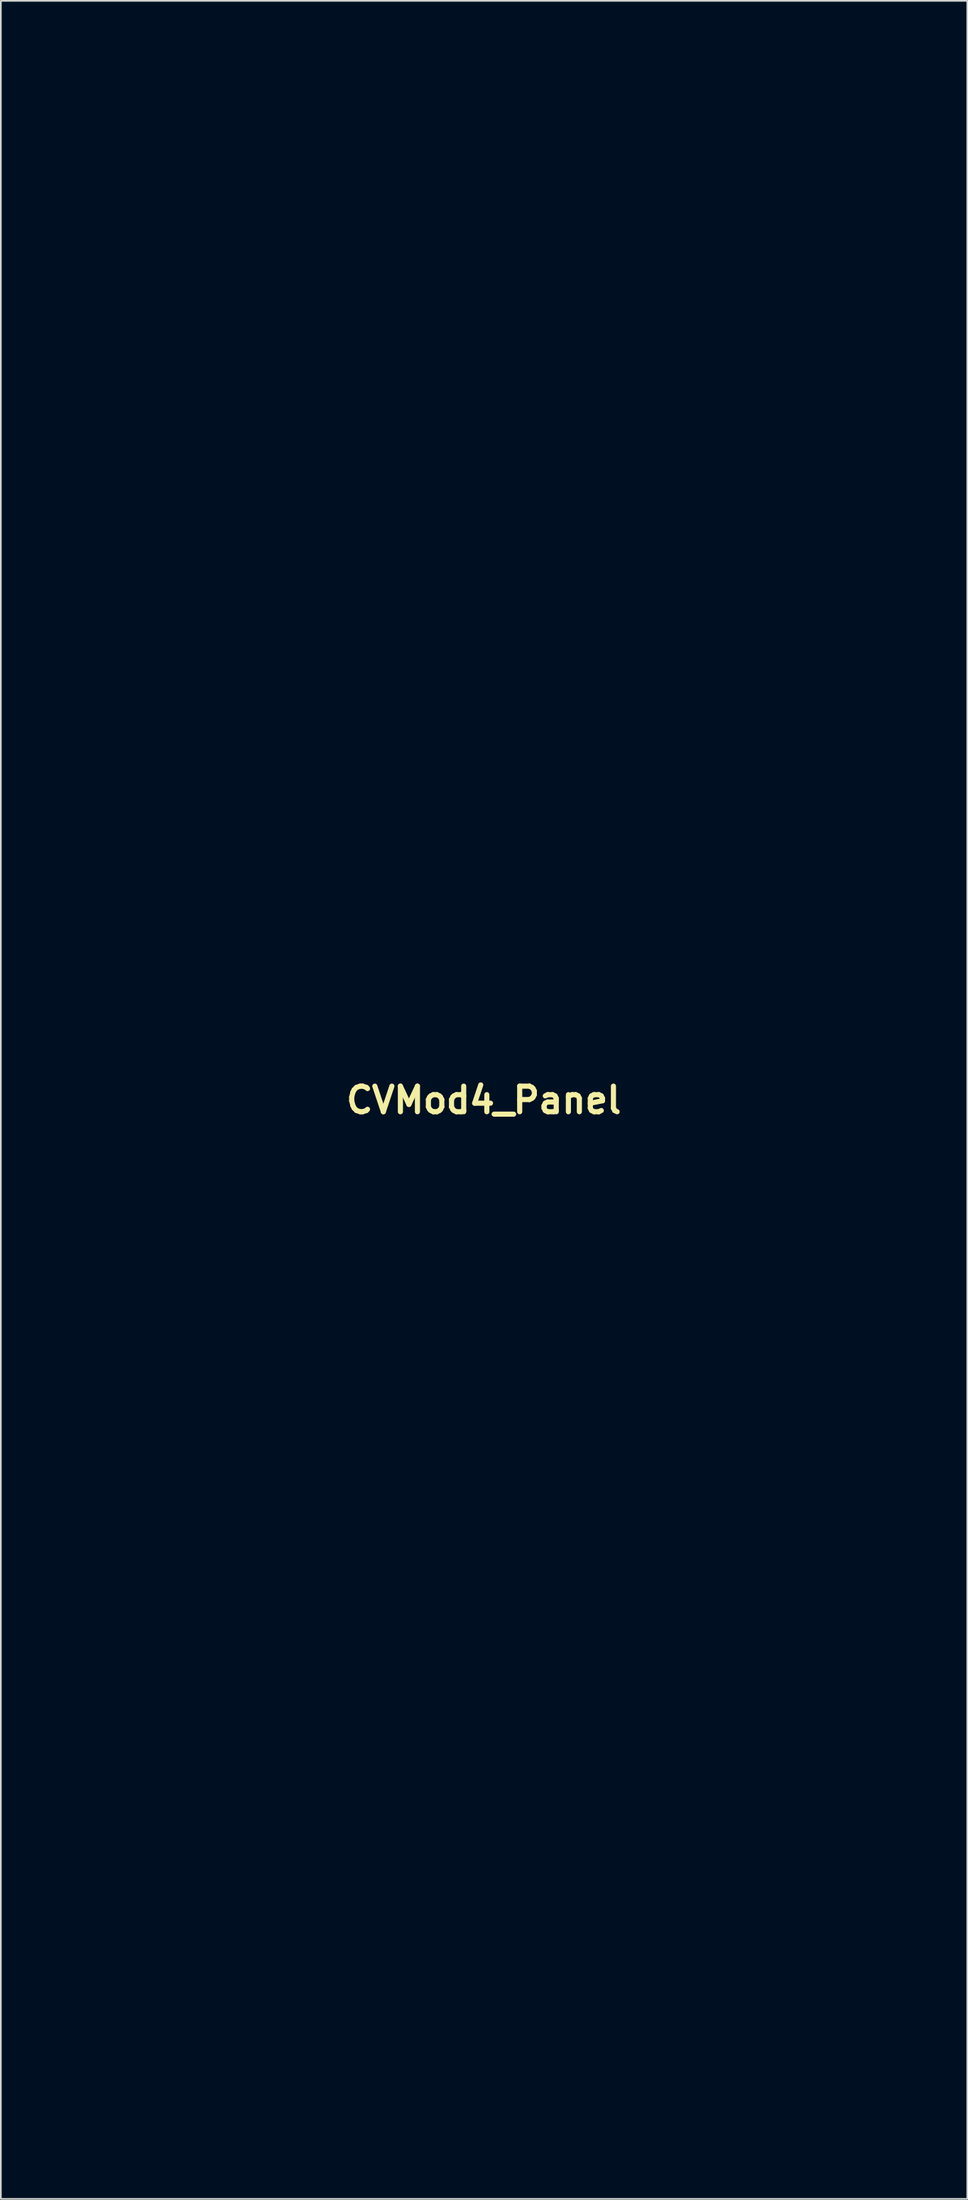
<source format=kicad_pcb>
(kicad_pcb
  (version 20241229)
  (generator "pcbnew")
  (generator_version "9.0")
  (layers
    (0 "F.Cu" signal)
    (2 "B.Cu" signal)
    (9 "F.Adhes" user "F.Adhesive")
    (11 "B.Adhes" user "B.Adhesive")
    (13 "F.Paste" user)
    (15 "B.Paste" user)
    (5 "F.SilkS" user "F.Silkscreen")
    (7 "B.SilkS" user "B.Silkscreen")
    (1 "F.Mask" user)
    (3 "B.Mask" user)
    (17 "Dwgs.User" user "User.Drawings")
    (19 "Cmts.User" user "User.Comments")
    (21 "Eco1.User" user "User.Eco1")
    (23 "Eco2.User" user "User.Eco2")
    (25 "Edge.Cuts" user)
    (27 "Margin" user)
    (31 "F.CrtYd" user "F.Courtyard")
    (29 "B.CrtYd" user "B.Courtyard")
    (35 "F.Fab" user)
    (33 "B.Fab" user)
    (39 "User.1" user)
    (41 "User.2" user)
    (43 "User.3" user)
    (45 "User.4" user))
  (footprint "CVMod4_Panel"
    (layer "F.Cu")
    (at 25.335 61.483)
    (property "Reference" "CVMod4_Panel" (at 0 0 0) (layer "F.SilkS") (effects (font (size 1.5 1.5) (thickness 0.3))))
    (attr board_only exclude_from_pos_files exclude_from_bom)
    (fp_poly (pts (xy -22.334 -4.228) (xy -22.334 -4.067) (xy -23.173 -4.067) (xy -24.012 -4.067) (xy -24.012 -4.228) (xy -24.012 -4.389) (xy -23.173 -4.389) (xy -22.334 -4.389)) (stroke (width 0) (type solid)) (fill yes) (layer "F.Mask"))
    (fp_poly (pts (xy -20.623 57.384) (xy -20.623 57.545) (xy -21.463 57.545) (xy -22.302 57.545) (xy -22.302 57.384) (xy -22.302 57.223) (xy -21.463 57.223) (xy -20.623 57.223)) (stroke (width 0) (type solid)) (fill yes) (layer "F.Mask"))
    (fp_poly (pts (xy -20.172 -61.257) (xy -20.172 -61.031) (xy -22.753 -61.031) (xy -25.335 -61.031) (xy -25.335 -61.257) (xy -25.335 -61.483) (xy -22.753 -61.483) (xy -20.172 -61.483)) (stroke (width 0) (type solid)) (fill yes) (layer "F.Mask"))
    (fp_poly (pts (xy -20.172 61.225) (xy -20.172 61.451) (xy -22.753 61.451) (xy -25.335 61.451) (xy -25.335 61.225) (xy -25.335 60.999) (xy -22.753 60.999) (xy -20.172 60.999)) (stroke (width 0) (type solid)) (fill yes) (layer "F.Mask"))
    (fp_poly (pts (xy -9.747 -4.228) (xy -9.747 -4.067) (xy -10.586 -4.067) (xy -11.425 -4.067) (xy -11.425 -4.228) (xy -11.425 -4.389) (xy -10.586 -4.389) (xy -9.747 -4.389)) (stroke (width 0) (type solid)) (fill yes) (layer "F.Mask"))
    (fp_poly (pts (xy -8.036 57.384) (xy -8.036 57.545) (xy -8.875 57.545) (xy -9.715 57.545) (xy -9.715 57.384) (xy -9.715 57.223) (xy -8.875 57.223) (xy -8.036 57.223)) (stroke (width 0) (type solid)) (fill yes) (layer "F.Mask"))
    (fp_poly (pts (xy -7.165 61.225) (xy -7.165 61.451) (xy -11.199 61.451) (xy -15.234 61.451) (xy -15.234 61.225) (xy -15.234 60.999) (xy -11.199 60.999) (xy -7.165 60.999)) (stroke (width 0) (type solid)) (fill yes) (layer "F.Mask"))
    (fp_poly (pts (xy 2.84 -4.228) (xy 2.84 -4.067) (xy 2.001 -4.067) (xy 1.162 -4.067) (xy 1.162 -4.228) (xy 1.162 -4.389) (xy 2.001 -4.389) (xy 2.84 -4.389)) (stroke (width 0) (type solid)) (fill yes) (layer "F.Mask"))
    (fp_poly (pts (xy 4.551 57.384) (xy 4.551 57.545) (xy 3.712 57.545) (xy 2.872 57.545) (xy 2.872 57.384) (xy 2.872 57.223) (xy 3.712 57.223) (xy 4.551 57.223)) (stroke (width 0) (type solid)) (fill yes) (layer "F.Mask"))
    (fp_poly (pts (xy 15.427 -61.257) (xy 15.427 -61.031) (xy 0.097 -61.031) (xy -15.234 -61.031) (xy -15.234 -61.257) (xy -15.234 -61.483) (xy 0.097 -61.483) (xy 15.427 -61.483)) (stroke (width 0) (type solid)) (fill yes) (layer "F.Mask"))
    (fp_poly (pts (xy 15.427 -4.228) (xy 15.427 -4.067) (xy 14.588 -4.067) (xy 13.749 -4.067) (xy 13.749 -4.228) (xy 13.749 -4.389) (xy 14.588 -4.389) (xy 15.427 -4.389)) (stroke (width 0) (type solid)) (fill yes) (layer "F.Mask"))
    (fp_poly (pts (xy 15.427 61.225) (xy 15.427 61.451) (xy 11.312 61.451) (xy 7.197 61.451) (xy 7.197 61.225) (xy 7.197 60.999) (xy 11.312 60.999) (xy 15.427 60.999)) (stroke (width 0) (type solid)) (fill yes) (layer "F.Mask"))
    (fp_poly (pts (xy 17.138 57.384) (xy 17.138 57.545) (xy 16.299 57.545) (xy 15.459 57.545) (xy 15.459 57.384) (xy 15.459 57.223) (xy 16.299 57.223) (xy 17.138 57.223)) (stroke (width 0) (type solid)) (fill yes) (layer "F.Mask"))
    (fp_poly (pts (xy 25.368 -61.257) (xy 25.368 -61.031) (xy 22.834 -61.031) (xy 20.301 -61.031) (xy 20.301 -61.257) (xy 20.301 -61.483) (xy 22.834 -61.483) (xy 25.368 -61.483)) (stroke (width 0) (type solid)) (fill yes) (layer "F.Mask"))
    (fp_poly (pts (xy 25.368 61.225) (xy 25.368 61.451) (xy 22.834 61.451) (xy 20.301 61.451) (xy 20.301 61.225) (xy 20.301 60.999) (xy 22.834 60.999) (xy 25.368 60.999)) (stroke (width 0) (type solid)) (fill yes) (layer "F.Mask"))
    (fp_poly (pts (xy -17.436 -25.618) (xy -17.268 -25.447) (xy -17.961 -24.754) (xy -18.655 -24.061) (xy -18.655 -22.907) (xy -18.655 -21.753) (xy -18.881 -21.753) (xy -19.106 -21.753) (xy -19.106 -23.02) (xy -19.106 -24.287) (xy -18.355 -25.038) (xy -17.604 -25.788)) (stroke (width 0) (type solid)) (fill yes) (layer "F.Mask"))
    (fp_poly (pts (xy -4.849 -25.618) (xy -4.681 -25.447) (xy -5.374 -24.754) (xy -6.068 -24.061) (xy -6.068 -22.907) (xy -6.068 -21.753) (xy -6.294 -21.753) (xy -6.519 -21.753) (xy -6.519 -23.02) (xy -6.519 -24.287) (xy -5.768 -25.038) (xy -5.017 -25.788)) (stroke (width 0) (type solid)) (fill yes) (layer "F.Mask"))
    (fp_poly (pts (xy 7.738 -25.618) (xy 7.907 -25.447) (xy 7.213 -24.754) (xy 6.519 -24.061) (xy 6.519 -22.907) (xy 6.519 -21.753) (xy 6.294 -21.753) (xy 6.068 -21.753) (xy 6.068 -23.02) (xy 6.068 -24.287) (xy 6.819 -25.038) (xy 7.57 -25.788)) (stroke (width 0) (type solid)) (fill yes) (layer "F.Mask"))
    (fp_poly (pts (xy -21.301 55.431) (xy -21.301 55.77) (xy -20.962 55.77) (xy -20.623 55.77) (xy -20.623 55.932) (xy -20.623 56.093) (xy -20.962 56.093) (xy -21.301 56.093) (xy -21.301 56.432) (xy -21.301 56.771) (xy -21.463 56.771) (xy -21.624 56.771) (xy -21.624 56.432) (xy -21.624 56.093) (xy -21.963 56.093) (xy -22.302 56.093) (xy -22.302 55.932) (xy -22.302 55.77) (xy -21.963 55.77) (xy -21.624 55.77) (xy -21.624 55.431) (xy -21.624 55.093) (xy -21.463 55.093) (xy -21.301 55.093)) (stroke (width 0) (type solid)) (fill yes) (layer "F.Mask"))
    (fp_poly (pts (xy -19.074 -1.485) (xy -19.074 -1.162) (xy -18.461 -1.162) (xy -17.848 -1.162) (xy -17.848 -1.485) (xy -17.848 -1.807) (xy -17.654 -1.807) (xy -17.46 -1.807) (xy -17.46 -0.968) (xy -17.46 -0.129) (xy -17.654 -0.129) (xy -17.848 -0.129) (xy -17.848 -0.5) (xy -17.848 -0.871) (xy -18.461 -0.871) (xy -19.074 -0.871) (xy -19.074 -0.5) (xy -19.074 -0.129) (xy -19.268 -0.129) (xy -19.462 -0.129) (xy -19.462 -0.968) (xy -19.462 -1.807) (xy -19.268 -1.807) (xy -19.074 -1.807)) (stroke (width 0) (type solid)) (fill yes) (layer "F.Mask"))
    (fp_poly (pts (xy -16.04 55.819) (xy -16.04 56.158) (xy -15.702 56.158) (xy -15.363 56.158) (xy -15.363 56.319) (xy -15.363 56.48) (xy -15.702 56.48) (xy -16.04 56.48) (xy -16.04 56.819) (xy -16.04 57.158) (xy -16.202 57.158) (xy -16.363 57.158) (xy -16.363 56.819) (xy -16.363 56.48) (xy -16.702 56.48) (xy -17.041 56.48) (xy -17.041 56.319) (xy -17.041 56.158) (xy -16.702 56.158) (xy -16.363 56.158) (xy -16.363 55.819) (xy -16.363 55.48) (xy -16.202 55.48) (xy -16.04 55.48)) (stroke (width 0) (type solid)) (fill yes) (layer "F.Mask"))
    (fp_poly (pts (xy -14.362 -4.728) (xy -14.362 -4.389) (xy -14.023 -4.389) (xy -13.684 -4.389) (xy -13.684 -4.228) (xy -13.684 -4.067) (xy -14.023 -4.067) (xy -14.362 -4.067) (xy -14.362 -3.728) (xy -14.362 -3.389) (xy -14.524 -3.389) (xy -14.685 -3.389) (xy -14.685 -3.728) (xy -14.685 -4.067) (xy -15.024 -4.067) (xy -15.363 -4.067) (xy -15.363 -4.228) (xy -15.363 -4.389) (xy -15.024 -4.389) (xy -14.685 -4.389) (xy -14.685 -4.728) (xy -14.685 -5.067) (xy -14.524 -5.067) (xy -14.362 -5.067)) (stroke (width 0) (type solid)) (fill yes) (layer "F.Mask"))
    (fp_poly (pts (xy -8.714 55.431) (xy -8.714 55.77) (xy -8.375 55.77) (xy -8.036 55.77) (xy -8.036 55.932) (xy -8.036 56.093) (xy -8.375 56.093) (xy -8.714 56.093) (xy -8.714 56.432) (xy -8.714 56.771) (xy -8.875 56.771) (xy -9.037 56.771) (xy -9.037 56.432) (xy -9.037 56.093) (xy -9.376 56.093) (xy -9.715 56.093) (xy -9.715 55.932) (xy -9.715 55.77) (xy -9.376 55.77) (xy -9.037 55.77) (xy -9.037 55.431) (xy -9.037 55.093) (xy -8.875 55.093) (xy -8.714 55.093)) (stroke (width 0) (type solid)) (fill yes) (layer "F.Mask"))
    (fp_poly (pts (xy -6.907 -1.485) (xy -6.907 -1.162) (xy -6.294 -1.162) (xy -5.68 -1.162) (xy -5.68 -1.485) (xy -5.68 -1.807) (xy -5.487 -1.807) (xy -5.293 -1.807) (xy -5.293 -0.968) (xy -5.293 -0.129) (xy -5.487 -0.129) (xy -5.68 -0.129) (xy -5.68 -0.5) (xy -5.68 -0.871) (xy -6.294 -0.871) (xy -6.907 -0.871) (xy -6.907 -0.5) (xy -6.907 -0.129) (xy -7.1 -0.129) (xy -7.294 -0.129) (xy -7.294 -0.968) (xy -7.294 -1.807) (xy -7.1 -1.807) (xy -6.907 -1.807)) (stroke (width 0) (type solid)) (fill yes) (layer "F.Mask"))
    (fp_poly (pts (xy -3.453 55.819) (xy -3.453 56.158) (xy -3.114 56.158) (xy -2.776 56.158) (xy -2.776 56.319) (xy -2.776 56.48) (xy -3.114 56.48) (xy -3.453 56.48) (xy -3.453 56.819) (xy -3.453 57.158) (xy -3.615 57.158) (xy -3.776 57.158) (xy -3.776 56.819) (xy -3.776 56.48) (xy -4.115 56.48) (xy -4.454 56.48) (xy -4.454 56.319) (xy -4.454 56.158) (xy -4.115 56.158) (xy -3.776 56.158) (xy -3.776 55.819) (xy -3.776 55.48) (xy -3.615 55.48) (xy -3.453 55.48)) (stroke (width 0) (type solid)) (fill yes) (layer "F.Mask"))
    (fp_poly (pts (xy -1.775 -4.728) (xy -1.775 -4.389) (xy -1.436 -4.389) (xy -1.097 -4.389) (xy -1.097 -4.228) (xy -1.097 -4.067) (xy -1.436 -4.067) (xy -1.775 -4.067) (xy -1.775 -3.728) (xy -1.775 -3.389) (xy -1.936 -3.389) (xy -2.098 -3.389) (xy -2.098 -3.728) (xy -2.098 -4.067) (xy -2.437 -4.067) (xy -2.776 -4.067) (xy -2.776 -4.228) (xy -2.776 -4.389) (xy -2.437 -4.389) (xy -2.098 -4.389) (xy -2.098 -4.728) (xy -2.098 -5.067) (xy -1.936 -5.067) (xy -1.775 -5.067)) (stroke (width 0) (type solid)) (fill yes) (layer "F.Mask"))
    (fp_poly (pts (xy 3.873 55.431) (xy 3.873 55.77) (xy 4.212 55.77) (xy 4.551 55.77) (xy 4.551 55.932) (xy 4.551 56.093) (xy 4.212 56.093) (xy 3.873 56.093) (xy 3.873 56.432) (xy 3.873 56.771) (xy 3.712 56.771) (xy 3.55 56.771) (xy 3.55 56.432) (xy 3.55 56.093) (xy 3.211 56.093) (xy 2.872 56.093) (xy 2.872 55.932) (xy 2.872 55.77) (xy 3.211 55.77) (xy 3.55 55.77) (xy 3.55 55.431) (xy 3.55 55.093) (xy 3.712 55.093) (xy 3.873 55.093)) (stroke (width 0) (type solid)) (fill yes) (layer "F.Mask"))
    (fp_poly (pts (xy 5.68 -1.485) (xy 5.68 -1.162) (xy 6.294 -1.162) (xy 6.907 -1.162) (xy 6.907 -1.485) (xy 6.907 -1.807) (xy 7.1 -1.807) (xy 7.294 -1.807) (xy 7.294 -0.968) (xy 7.294 -0.129) (xy 7.1 -0.129) (xy 6.907 -0.129) (xy 6.907 -0.5) (xy 6.907 -0.871) (xy 6.294 -0.871) (xy 5.68 -0.871) (xy 5.68 -0.5) (xy 5.68 -0.129) (xy 5.487 -0.129) (xy 5.293 -0.129) (xy 5.293 -0.968) (xy 5.293 -1.807) (xy 5.487 -1.807) (xy 5.68 -1.807)) (stroke (width 0) (type solid)) (fill yes) (layer "F.Mask"))
    (fp_poly (pts (xy 9.134 55.819) (xy 9.134 56.158) (xy 9.473 56.158) (xy 9.811 56.158) (xy 9.811 56.319) (xy 9.811 56.48) (xy 9.473 56.48) (xy 9.134 56.48) (xy 9.134 56.819) (xy 9.134 57.158) (xy 8.972 57.158) (xy 8.811 57.158) (xy 8.811 56.819) (xy 8.811 56.48) (xy 8.472 56.48) (xy 8.133 56.48) (xy 8.133 56.319) (xy 8.133 56.158) (xy 8.472 56.158) (xy 8.811 56.158) (xy 8.811 55.819) (xy 8.811 55.48) (xy 8.972 55.48) (xy 9.134 55.48)) (stroke (width 0) (type solid)) (fill yes) (layer "F.Mask"))
    (fp_poly (pts (xy 10.812 -4.728) (xy 10.812 -4.389) (xy 11.151 -4.389) (xy 11.49 -4.389) (xy 11.49 -4.228) (xy 11.49 -4.067) (xy 11.151 -4.067) (xy 10.812 -4.067) (xy 10.812 -3.728) (xy 10.812 -3.389) (xy 10.651 -3.389) (xy 10.489 -3.389) (xy 10.489 -3.728) (xy 10.489 -4.067) (xy 10.15 -4.067) (xy 9.811 -4.067) (xy 9.811 -4.228) (xy 9.811 -4.389) (xy 10.15 -4.389) (xy 10.489 -4.389) (xy 10.489 -4.728) (xy 10.489 -5.067) (xy 10.651 -5.067) (xy 10.812 -5.067)) (stroke (width 0) (type solid)) (fill yes) (layer "F.Mask"))
    (fp_poly (pts (xy 16.46 55.431) (xy 16.46 55.77) (xy 16.799 55.77) (xy 17.138 55.77) (xy 17.138 55.932) (xy 17.138 56.093) (xy 16.799 56.093) (xy 16.46 56.093) (xy 16.46 56.432) (xy 16.46 56.771) (xy 16.299 56.771) (xy 16.137 56.771) (xy 16.137 56.432) (xy 16.137 56.093) (xy 15.798 56.093) (xy 15.459 56.093) (xy 15.459 55.932) (xy 15.459 55.77) (xy 15.798 55.77) (xy 16.137 55.77) (xy 16.137 55.431) (xy 16.137 55.093) (xy 16.299 55.093) (xy 16.46 55.093)) (stroke (width 0) (type solid)) (fill yes) (layer "F.Mask"))
    (fp_poly (pts (xy 18.203 -1.485) (xy 18.203 -1.162) (xy 18.816 -1.162) (xy 19.429 -1.162) (xy 19.429 -1.485) (xy 19.429 -1.807) (xy 19.623 -1.807) (xy 19.817 -1.807) (xy 19.817 -0.968) (xy 19.817 -0.129) (xy 19.623 -0.129) (xy 19.429 -0.129) (xy 19.429 -0.5) (xy 19.429 -0.871) (xy 18.816 -0.871) (xy 18.203 -0.871) (xy 18.203 -0.5) (xy 18.203 -0.129) (xy 18.009 -0.129) (xy 17.816 -0.129) (xy 17.816 -0.968) (xy 17.816 -1.807) (xy 18.009 -1.807) (xy 18.203 -1.807)) (stroke (width 0) (type solid)) (fill yes) (layer "F.Mask"))
    (fp_poly (pts (xy 21.721 55.819) (xy 21.721 56.158) (xy 22.06 56.158) (xy 22.398 56.158) (xy 22.398 56.319) (xy 22.398 56.48) (xy 22.06 56.48) (xy 21.721 56.48) (xy 21.721 56.819) (xy 21.721 57.158) (xy 21.559 57.158) (xy 21.398 57.158) (xy 21.398 56.819) (xy 21.398 56.48) (xy 21.059 56.48) (xy 20.72 56.48) (xy 20.72 56.319) (xy 20.72 56.158) (xy 21.059 56.158) (xy 21.398 56.158) (xy 21.398 55.819) (xy 21.398 55.48) (xy 21.559 55.48) (xy 21.721 55.48)) (stroke (width 0) (type solid)) (fill yes) (layer "F.Mask"))
    (fp_poly (pts (xy 23.399 -4.728) (xy 23.399 -4.389) (xy 23.738 -4.389) (xy 24.077 -4.389) (xy 24.077 -4.228) (xy 24.077 -4.067) (xy 23.738 -4.067) (xy 23.399 -4.067) (xy 23.399 -3.728) (xy 23.399 -3.389) (xy 23.238 -3.389) (xy 23.076 -3.389) (xy 23.076 -3.728) (xy 23.076 -4.067) (xy 22.737 -4.067) (xy 22.398 -4.067) (xy 22.398 -4.228) (xy 22.398 -4.389) (xy 22.737 -4.389) (xy 23.076 -4.389) (xy 23.076 -4.728) (xy 23.076 -5.067) (xy 23.238 -5.067) (xy 23.399 -5.067)) (stroke (width 0) (type solid)) (fill yes) (layer "F.Mask"))
    (fp_poly (pts (xy -16.349 -1.776) (xy -16.343 -1.689) (xy -16.338 -1.555) (xy -16.334 -1.381) (xy -16.332 -1.177) (xy -16.331 -0.968) (xy -16.331 -0.129) (xy -16.508 -0.129) (xy -16.686 -0.129) (xy -16.686 -0.807) (xy -16.686 -1.485) (xy -16.863 -1.485) (xy -17.041 -1.485) (xy -17.041 -1.598) (xy -17.035 -1.672) (xy -17.02 -1.71) (xy -17.017 -1.711) (xy -16.976 -1.716) (xy -16.887 -1.729) (xy -16.765 -1.747) (xy -16.686 -1.759) (xy -16.551 -1.779) (xy -16.442 -1.795) (xy -16.371 -1.805) (xy -16.355 -1.807)) (stroke (width 0) (type solid)) (fill yes) (layer "F.Mask"))
    (fp_poly (pts (xy -4.642 -57.336) (xy -5.374 -55.997) (xy -5.6 -55.998) (xy -5.826 -55.999) (xy -6.512 -57.2) (xy -6.66 -57.459) (xy -6.802 -57.706) (xy -6.932 -57.934) (xy -7.047 -58.135) (xy -7.144 -58.303) (xy -7.219 -58.432) (xy -7.267 -58.515) (xy -7.28 -58.538) (xy -7.362 -58.675) (xy -6.997 -58.675) (xy -6.632 -58.674) (xy -6.103 -57.721) (xy -5.977 -57.497) (xy -5.86 -57.292) (xy -5.757 -57.115) (xy -5.67 -56.97) (xy -5.604 -56.865) (xy -5.562 -56.805) (xy -5.549 -56.794) (xy -5.529 -56.827) (xy -5.482 -56.911) (xy -5.413 -57.038) (xy -5.324 -57.202) (xy -5.221 -57.394) (xy -5.106 -57.609) (xy -5.033 -57.747) (xy -4.541 -58.675) (xy -4.225 -58.675) (xy -3.91 -58.675)) (stroke (width 0) (type solid)) (fill yes) (layer "F.Mask"))
    (fp_poly (pts (xy -18.122 -16.415) (xy -17.362 -15.466) (xy -17.371 -14.97) (xy -17.38 -14.475) (xy -18.119 -15.363) (xy -18.29 -15.567) (xy -18.448 -15.755) (xy -18.589 -15.921) (xy -18.707 -16.059) (xy -18.799 -16.163) (xy -18.858 -16.229) (xy -18.881 -16.25) (xy -18.907 -16.226) (xy -18.968 -16.158) (xy -19.061 -16.052) (xy -19.18 -15.914) (xy -19.32 -15.749) (xy -19.476 -15.563) (xy -19.589 -15.427) (xy -19.756 -15.227) (xy -19.912 -15.041) (xy -20.051 -14.874) (xy -20.169 -14.735) (xy -20.26 -14.628) (xy -20.318 -14.56) (xy -20.336 -14.541) (xy -20.359 -14.518) (xy -20.376 -14.514) (xy -20.387 -14.535) (xy -20.393 -14.589) (xy -20.396 -14.687) (xy -20.397 -14.834) (xy -20.397 -14.972) (xy -20.397 -15.466) (xy -19.64 -16.415) (xy -18.882 -17.364)) (stroke (width 0) (type solid)) (fill yes) (layer "F.Mask"))
    (fp_poly (pts (xy -5.535 -16.415) (xy -4.775 -15.466) (xy -4.784 -14.97) (xy -4.793 -14.475) (xy -5.532 -15.363) (xy -5.703 -15.567) (xy -5.861 -15.755) (xy -6.002 -15.921) (xy -6.12 -16.059) (xy -6.212 -16.163) (xy -6.271 -16.229) (xy -6.294 -16.25) (xy -6.319 -16.226) (xy -6.381 -16.158) (xy -6.474 -16.052) (xy -6.593 -15.914) (xy -6.733 -15.749) (xy -6.889 -15.563) (xy -7.002 -15.427) (xy -7.169 -15.227) (xy -7.325 -15.041) (xy -7.464 -14.874) (xy -7.582 -14.735) (xy -7.673 -14.628) (xy -7.731 -14.56) (xy -7.749 -14.541) (xy -7.772 -14.518) (xy -7.789 -14.514) (xy -7.8 -14.535) (xy -7.806 -14.589) (xy -7.809 -14.687) (xy -7.81 -14.834) (xy -7.81 -14.972) (xy -7.81 -15.466) (xy -7.052 -16.415) (xy -6.295 -17.364)) (stroke (width 0) (type solid)) (fill yes) (layer "F.Mask"))
    (fp_poly (pts (xy 7.052 -16.415) (xy 7.812 -15.466) (xy 7.803 -14.97) (xy 7.794 -14.475) (xy 7.055 -15.363) (xy 6.885 -15.567) (xy 6.726 -15.755) (xy 6.585 -15.921) (xy 6.467 -16.059) (xy 6.375 -16.163) (xy 6.316 -16.229) (xy 6.293 -16.25) (xy 6.268 -16.226) (xy 6.206 -16.158) (xy 6.113 -16.052) (xy 5.994 -15.914) (xy 5.854 -15.749) (xy 5.698 -15.563) (xy 5.585 -15.427) (xy 5.418 -15.227) (xy 5.262 -15.041) (xy 5.123 -14.874) (xy 5.005 -14.735) (xy 4.914 -14.628) (xy 4.856 -14.56) (xy 4.839 -14.541) (xy 4.815 -14.518) (xy 4.798 -14.514) (xy 4.787 -14.535) (xy 4.781 -14.589) (xy 4.778 -14.687) (xy 4.777 -14.834) (xy 4.777 -14.972) (xy 4.777 -15.466) (xy 5.535 -16.415) (xy 6.292 -17.364)) (stroke (width 0) (type solid)) (fill yes) (layer "F.Mask"))
    (fp_poly (pts (xy 19.672 -16.415) (xy 20.431 -15.466) (xy 20.423 -14.97) (xy 20.414 -14.475) (xy 19.675 -15.363) (xy 19.504 -15.567) (xy 19.346 -15.755) (xy 19.205 -15.921) (xy 19.086 -16.059) (xy 18.995 -16.163) (xy 18.935 -16.229) (xy 18.912 -16.25) (xy 18.887 -16.226) (xy 18.825 -16.158) (xy 18.732 -16.052) (xy 18.614 -15.914) (xy 18.474 -15.749) (xy 18.317 -15.563) (xy 18.204 -15.427) (xy 18.038 -15.227) (xy 17.882 -15.041) (xy 17.742 -14.874) (xy 17.625 -14.735) (xy 17.534 -14.628) (xy 17.475 -14.56) (xy 17.458 -14.541) (xy 17.434 -14.518) (xy 17.418 -14.514) (xy 17.407 -14.535) (xy 17.4 -14.589) (xy 17.397 -14.687) (xy 17.396 -14.834) (xy 17.396 -14.972) (xy 17.396 -15.466) (xy 18.154 -16.415) (xy 18.912 -17.364)) (stroke (width 0) (type solid)) (fill yes) (layer "F.Mask"))
    (fp_poly (pts (xy 9.65 -57.852) (xy 9.65 -57.029) (xy 9.973 -57.029) (xy 10.296 -57.029) (xy 10.296 -56.803) (xy 10.296 -56.577) (xy 9.973 -56.577) (xy 9.65 -56.577) (xy 9.65 -56.271) (xy 9.65 -55.964) (xy 9.36 -55.964) (xy 9.069 -55.964) (xy 9.069 -56.271) (xy 9.069 -56.577) (xy 8.069 -56.577) (xy 7.068 -56.577) (xy 7.07 -56.811) (xy 7.071 -57.029) (xy 7.647 -57.029) (xy 8.358 -57.029) (xy 9.069 -57.029) (xy 9.069 -57.613) (xy 9.069 -58.196) (xy 8.819 -57.99) (xy 8.694 -57.888) (xy 8.539 -57.761) (xy 8.373 -57.625) (xy 8.215 -57.498) (xy 8.214 -57.497) (xy 8.075 -57.384) (xy 7.945 -57.278) (xy 7.837 -57.189) (xy 7.763 -57.128) (xy 7.753 -57.119) (xy 7.647 -57.029) (xy 7.071 -57.029) (xy 7.071 -57.045) (xy 8.062 -57.86) (xy 9.053 -58.674) (xy 9.352 -58.675) (xy 9.65 -58.675)) (stroke (width 0) (type solid)) (fill yes) (layer "F.Mask"))
    (fp_poly (pts (xy 21.721 -1.275) (xy 21.721 -0.742) (xy 21.93 -0.742) (xy 22.14 -0.742) (xy 22.14 -0.613) (xy 22.14 -0.484) (xy 21.93 -0.484) (xy 21.721 -0.484) (xy 21.721 -0.29) (xy 21.721 -0.097) (xy 21.543 -0.097) (xy 21.366 -0.097) (xy 21.366 -0.29) (xy 21.366 -0.484) (xy 20.736 -0.484) (xy 20.107 -0.484) (xy 20.107 -0.613) (xy 20.108 -0.654) (xy 20.116 -0.69) (xy 20.135 -0.729) (xy 20.155 -0.755) (xy 20.494 -0.755) (xy 20.525 -0.75) (xy 20.608 -0.747) (xy 20.732 -0.744) (xy 20.885 -0.742) (xy 20.93 -0.742) (xy 21.366 -0.742) (xy 21.366 -1.118) (xy 21.365 -1.278) (xy 21.362 -1.383) (xy 21.356 -1.441) (xy 21.344 -1.463) (xy 21.325 -1.458) (xy 21.309 -1.446) (xy 21.265 -1.409) (xy 21.182 -1.34) (xy 21.069 -1.246) (xy 20.938 -1.137) (xy 20.874 -1.083) (xy 20.742 -0.973) (xy 20.631 -0.879) (xy 20.548 -0.806) (xy 20.501 -0.763) (xy 20.494 -0.755) (xy 20.155 -0.755) (xy 20.172 -0.777) (xy 20.231 -0.838) (xy 20.32 -0.92) (xy 20.443 -1.028) (xy 20.605 -1.169) (xy 20.728 -1.274) (xy 21.35 -1.806) (xy 21.535 -1.807) (xy 21.721 -1.807)) (stroke (width 0) (type solid)) (fill yes) (layer "F.Mask"))
    (fp_poly (pts (xy -2.357 -57.871) (xy -1.733 -57.068) (xy -1.615 -57.218) (xy -1.563 -57.286) (xy -1.478 -57.396) (xy -1.369 -57.54) (xy -1.242 -57.707) (xy -1.105 -57.89) (xy -1.006 -58.021) (xy -0.515 -58.675) (xy -0.258 -58.675) (xy 0 -58.675) (xy 0 -57.336) (xy 0 -55.996) (xy -0.29 -55.996) (xy -0.581 -55.996) (xy -0.581 -56.919) (xy -0.581 -57.842) (xy -0.702 -57.665) (xy -0.758 -57.586) (xy -0.844 -57.466) (xy -0.954 -57.316) (xy -1.08 -57.145) (xy -1.214 -56.965) (xy -1.259 -56.905) (xy -1.41 -56.704) (xy -1.529 -56.552) (xy -1.619 -56.442) (xy -1.687 -56.371) (xy -1.735 -56.332) (xy -1.767 -56.32) (xy -1.797 -56.33) (xy -1.839 -56.364) (xy -1.9 -56.426) (xy -1.981 -56.522) (xy -2.087 -56.657) (xy -2.224 -56.834) (xy -2.38 -57.042) (xy -2.522 -57.232) (xy -2.653 -57.408) (xy -2.766 -57.562) (xy -2.858 -57.686) (xy -2.921 -57.773) (xy -2.952 -57.817) (xy -2.953 -57.819) (xy -2.963 -57.809) (xy -2.971 -57.738) (xy -2.976 -57.607) (xy -2.978 -57.413) (xy -2.977 -57.157) (xy -2.976 -56.935) (xy -2.966 -55.996) (xy -3.226 -55.996) (xy -3.486 -55.996) (xy -3.486 -57.336) (xy -3.486 -58.675) (xy -3.233 -58.675) (xy -2.981 -58.675)) (stroke (width 0) (type solid)) (fill yes) (layer "F.Mask"))
    (fp_poly (pts (xy 4.801 -58.184) (xy 5.077 -58.181) (xy 5.296 -58.177) (xy 5.468 -58.173) (xy 5.6 -58.167) (xy 5.7 -58.16) (xy 5.777 -58.15) (xy 5.839 -58.136) (xy 5.895 -58.119) (xy 5.948 -58.099) (xy 6.186 -57.978) (xy 6.369 -57.827) (xy 6.498 -57.642) (xy 6.578 -57.418) (xy 6.61 -57.178) (xy 6.607 -56.926) (xy 6.567 -56.717) (xy 6.486 -56.537) (xy 6.387 -56.403) (xy 6.286 -56.299) (xy 6.178 -56.214) (xy 6.057 -56.146) (xy 5.915 -56.093) (xy 5.744 -56.053) (xy 5.537 -56.026) (xy 5.288 -56.008) (xy 4.988 -55.999) (xy 4.672 -55.997) (xy 3.841 -55.996) (xy 3.841 -57.096) (xy 3.841 -57.097) (xy 4.389 -57.097) (xy 4.389 -56.416) (xy 4.817 -56.416) (xy 5 -56.419) (xy 5.181 -56.426) (xy 5.34 -56.437) (xy 5.454 -56.45) (xy 5.68 -56.507) (xy 5.852 -56.598) (xy 5.972 -56.724) (xy 6.043 -56.89) (xy 6.068 -57.097) (xy 6.068 -57.11) (xy 6.046 -57.319) (xy 5.978 -57.485) (xy 5.862 -57.612) (xy 5.761 -57.674) (xy 5.7 -57.703) (xy 5.642 -57.724) (xy 5.574 -57.739) (xy 5.486 -57.75) (xy 5.367 -57.757) (xy 5.205 -57.762) (xy 4.994 -57.766) (xy 4.389 -57.777) (xy 4.389 -57.097) (xy 3.841 -57.097) (xy 3.841 -58.195)) (stroke (width 0) (type solid)) (fill yes) (layer "F.Mask"))
    (fp_poly (pts (xy -20.461 -1.805) (xy -20.256 -1.801) (xy -20.105 -1.793) (xy -20.004 -1.782) (xy -19.947 -1.766) (xy -19.946 -1.766) (xy -19.871 -1.695) (xy -19.816 -1.577) (xy -19.788 -1.429) (xy -19.786 -1.382) (xy -19.788 -1.315) (xy -19.806 -1.272) (xy -19.853 -1.245) (xy -19.94 -1.225) (xy -20.051 -1.208) (xy -20.204 -1.187) (xy -20.204 -1.352) (xy -20.204 -1.517) (xy -20.72 -1.517) (xy -21.237 -1.517) (xy -21.237 -0.984) (xy -21.237 -0.452) (xy -20.72 -0.452) (xy -20.204 -0.452) (xy -20.204 -0.632) (xy -20.204 -0.813) (xy -20.067 -0.79) (xy -19.931 -0.763) (xy -19.847 -0.735) (xy -19.803 -0.693) (xy -19.787 -0.631) (xy -19.786 -0.574) (xy -19.804 -0.407) (xy -19.851 -0.273) (xy -19.922 -0.186) (xy -19.946 -0.171) (xy -20 -0.155) (xy -20.1 -0.144) (xy -20.248 -0.136) (xy -20.451 -0.131) (xy -20.713 -0.13) (xy -20.726 -0.13) (xy -20.956 -0.13) (xy -21.131 -0.131) (xy -21.258 -0.134) (xy -21.349 -0.139) (xy -21.411 -0.149) (xy -21.454 -0.162) (xy -21.486 -0.182) (xy -21.517 -0.207) (xy -21.608 -0.285) (xy -21.608 -0.968) (xy -21.608 -1.652) (xy -21.517 -1.729) (xy -21.486 -1.755) (xy -21.453 -1.774) (xy -21.41 -1.788) (xy -21.348 -1.797) (xy -21.257 -1.803) (xy -21.129 -1.806) (xy -20.954 -1.807) (xy -20.726 -1.807)) (stroke (width 0) (type solid)) (fill yes) (layer "F.Mask"))
    (fp_poly (pts (xy -8.294 -1.805) (xy -8.089 -1.801) (xy -7.938 -1.793) (xy -7.836 -1.782) (xy -7.78 -1.766) (xy -7.778 -1.766) (xy -7.703 -1.695) (xy -7.649 -1.577) (xy -7.621 -1.429) (xy -7.619 -1.382) (xy -7.621 -1.315) (xy -7.639 -1.272) (xy -7.685 -1.245) (xy -7.773 -1.225) (xy -7.883 -1.208) (xy -8.036 -1.187) (xy -8.036 -1.352) (xy -8.036 -1.517) (xy -8.553 -1.517) (xy -9.069 -1.517) (xy -9.069 -0.984) (xy -9.069 -0.452) (xy -8.553 -0.452) (xy -8.036 -0.452) (xy -8.036 -0.632) (xy -8.036 -0.813) (xy -7.899 -0.79) (xy -7.763 -0.763) (xy -7.68 -0.735) (xy -7.636 -0.693) (xy -7.62 -0.631) (xy -7.619 -0.574) (xy -7.637 -0.407) (xy -7.684 -0.273) (xy -7.754 -0.186) (xy -7.778 -0.171) (xy -7.833 -0.155) (xy -7.932 -0.144) (xy -8.081 -0.136) (xy -8.284 -0.131) (xy -8.546 -0.13) (xy -8.559 -0.13) (xy -8.789 -0.13) (xy -8.963 -0.131) (xy -9.091 -0.134) (xy -9.181 -0.139) (xy -9.243 -0.149) (xy -9.286 -0.162) (xy -9.319 -0.182) (xy -9.35 -0.207) (xy -9.44 -0.285) (xy -9.44 -0.968) (xy -9.44 -1.652) (xy -9.35 -1.729) (xy -9.318 -1.755) (xy -9.286 -1.774) (xy -9.243 -1.788) (xy -9.181 -1.797) (xy -9.09 -1.803) (xy -8.962 -1.806) (xy -8.787 -1.807) (xy -8.559 -1.807)) (stroke (width 0) (type solid)) (fill yes) (layer "F.Mask"))
    (fp_poly (pts (xy 4.293 -1.805) (xy 4.499 -1.801) (xy 4.649 -1.793) (xy 4.751 -1.782) (xy 4.807 -1.766) (xy 4.809 -1.766) (xy 4.884 -1.695) (xy 4.938 -1.577) (xy 4.966 -1.429) (xy 4.968 -1.382) (xy 4.966 -1.315) (xy 4.948 -1.272) (xy 4.902 -1.245) (xy 4.814 -1.225) (xy 4.704 -1.208) (xy 4.551 -1.187) (xy 4.551 -1.352) (xy 4.551 -1.517) (xy 4.034 -1.517) (xy 3.518 -1.517) (xy 3.518 -0.984) (xy 3.518 -0.452) (xy 4.034 -0.452) (xy 4.551 -0.452) (xy 4.551 -0.632) (xy 4.551 -0.813) (xy 4.688 -0.79) (xy 4.824 -0.763) (xy 4.907 -0.735) (xy 4.951 -0.693) (xy 4.967 -0.631) (xy 4.968 -0.574) (xy 4.95 -0.407) (xy 4.903 -0.273) (xy 4.833 -0.186) (xy 4.809 -0.171) (xy 4.754 -0.155) (xy 4.655 -0.144) (xy 4.506 -0.136) (xy 4.304 -0.131) (xy 4.041 -0.13) (xy 4.028 -0.13) (xy 3.798 -0.13) (xy 3.624 -0.131) (xy 3.496 -0.134) (xy 3.406 -0.139) (xy 3.344 -0.149) (xy 3.301 -0.162) (xy 3.268 -0.182) (xy 3.237 -0.207) (xy 3.147 -0.285) (xy 3.147 -0.968) (xy 3.147 -1.652) (xy 3.237 -1.729) (xy 3.269 -1.755) (xy 3.301 -1.774) (xy 3.344 -1.788) (xy 3.406 -1.797) (xy 3.497 -1.803) (xy 3.625 -1.806) (xy 3.8 -1.807) (xy 4.028 -1.807)) (stroke (width 0) (type solid)) (fill yes) (layer "F.Mask"))
    (fp_poly (pts (xy 16.816 -1.805) (xy 17.021 -1.801) (xy 17.172 -1.793) (xy 17.273 -1.782) (xy 17.33 -1.766) (xy 17.331 -1.766) (xy 17.406 -1.695) (xy 17.461 -1.577) (xy 17.489 -1.429) (xy 17.491 -1.382) (xy 17.489 -1.315) (xy 17.471 -1.272) (xy 17.424 -1.245) (xy 17.337 -1.225) (xy 17.226 -1.208) (xy 17.073 -1.187) (xy 17.073 -1.352) (xy 17.073 -1.517) (xy 16.557 -1.517) (xy 16.04 -1.517) (xy 16.04 -0.984) (xy 16.04 -0.452) (xy 16.557 -0.452) (xy 17.073 -0.452) (xy 17.073 -0.632) (xy 17.073 -0.813) (xy 17.21 -0.79) (xy 17.346 -0.763) (xy 17.43 -0.735) (xy 17.474 -0.693) (xy 17.49 -0.631) (xy 17.491 -0.574) (xy 17.473 -0.407) (xy 17.426 -0.273) (xy 17.355 -0.186) (xy 17.331 -0.171) (xy 17.277 -0.155) (xy 17.177 -0.144) (xy 17.029 -0.136) (xy 16.826 -0.131) (xy 16.564 -0.13) (xy 16.551 -0.13) (xy 16.321 -0.13) (xy 16.146 -0.131) (xy 16.019 -0.134) (xy 15.928 -0.139) (xy 15.866 -0.149) (xy 15.823 -0.162) (xy 15.791 -0.182) (xy 15.76 -0.207) (xy 15.669 -0.285) (xy 15.669 -0.968) (xy 15.669 -1.652) (xy 15.76 -1.729) (xy 15.791 -1.755) (xy 15.824 -1.774) (xy 15.867 -1.788) (xy 15.929 -1.797) (xy 16.02 -1.803) (xy 16.148 -1.806) (xy 16.323 -1.807) (xy 16.551 -1.807)) (stroke (width 0) (type solid)) (fill yes) (layer "F.Mask"))
    (fp_poly (pts (xy -13.272 -42.207) (xy -13.103 -42.038) (xy -14.079 -41.061) (xy -14.32 -40.82) (xy -14.519 -40.62) (xy -14.677 -40.457) (xy -14.799 -40.33) (xy -14.888 -40.233) (xy -14.947 -40.164) (xy -14.979 -40.119) (xy -14.988 -40.094) (xy -14.977 -40.085) (xy -14.975 -40.085) (xy -14.917 -40.089) (xy -14.807 -40.099) (xy -14.659 -40.114) (xy -14.484 -40.133) (xy -14.362 -40.147) (xy -14.185 -40.167) (xy -14.032 -40.183) (xy -13.913 -40.195) (xy -13.841 -40.201) (xy -13.823 -40.201) (xy -13.841 -40.177) (xy -13.897 -40.117) (xy -13.98 -40.031) (xy -14.069 -39.942) (xy -14.323 -39.69) (xy -15.141 -39.598) (xy -15.363 -39.573) (xy -15.563 -39.55) (xy -15.732 -39.531) (xy -15.861 -39.516) (xy -15.943 -39.507) (xy -15.968 -39.505) (xy -15.975 -39.512) (xy -15.972 -39.545) (xy -15.962 -39.633) (xy -15.946 -39.769) (xy -15.927 -39.942) (xy -15.904 -40.146) (xy -15.882 -40.339) (xy -15.79 -41.157) (xy -15.537 -41.411) (xy -15.436 -41.512) (xy -15.352 -41.592) (xy -15.296 -41.643) (xy -15.277 -41.656) (xy -15.278 -41.623) (xy -15.285 -41.536) (xy -15.299 -41.407) (xy -15.317 -41.247) (xy -15.332 -41.116) (xy -15.353 -40.932) (xy -15.371 -40.766) (xy -15.385 -40.63) (xy -15.393 -40.536) (xy -15.395 -40.505) (xy -15.388 -40.492) (xy -15.365 -40.498) (xy -15.322 -40.528) (xy -15.255 -40.584) (xy -15.162 -40.669) (xy -15.038 -40.787) (xy -14.88 -40.941) (xy -14.685 -41.135) (xy -14.448 -41.37) (xy -14.418 -41.4) (xy -13.442 -42.377)) (stroke (width 0) (type solid)) (fill yes) (layer "F.Mask"))
    (fp_poly (pts (xy -0.685 -42.207) (xy -0.516 -42.038) (xy -1.492 -41.061) (xy -1.733 -40.82) (xy -1.932 -40.62) (xy -2.09 -40.457) (xy -2.212 -40.33) (xy -2.301 -40.233) (xy -2.36 -40.164) (xy -2.392 -40.119) (xy -2.401 -40.094) (xy -2.39 -40.085) (xy -2.388 -40.085) (xy -2.33 -40.089) (xy -2.22 -40.099) (xy -2.071 -40.114) (xy -1.897 -40.133) (xy -1.775 -40.147) (xy -1.598 -40.167) (xy -1.445 -40.183) (xy -1.326 -40.195) (xy -1.254 -40.201) (xy -1.235 -40.201) (xy -1.254 -40.177) (xy -1.31 -40.117) (xy -1.393 -40.031) (xy -1.482 -39.942) (xy -1.736 -39.69) (xy -2.554 -39.598) (xy -2.776 -39.573) (xy -2.976 -39.55) (xy -3.145 -39.531) (xy -3.274 -39.516) (xy -3.356 -39.507) (xy -3.381 -39.505) (xy -3.388 -39.512) (xy -3.385 -39.545) (xy -3.375 -39.633) (xy -3.359 -39.769) (xy -3.34 -39.942) (xy -3.317 -40.146) (xy -3.295 -40.339) (xy -3.203 -41.157) (xy -2.95 -41.411) (xy -2.849 -41.512) (xy -2.765 -41.592) (xy -2.709 -41.643) (xy -2.69 -41.656) (xy -2.691 -41.623) (xy -2.698 -41.536) (xy -2.712 -41.407) (xy -2.729 -41.247) (xy -2.745 -41.116) (xy -2.766 -40.932) (xy -2.784 -40.766) (xy -2.798 -40.63) (xy -2.806 -40.536) (xy -2.808 -40.505) (xy -2.801 -40.492) (xy -2.778 -40.498) (xy -2.735 -40.528) (xy -2.668 -40.584) (xy -2.575 -40.669) (xy -2.451 -40.787) (xy -2.293 -40.941) (xy -2.098 -41.135) (xy -1.861 -41.37) (xy -1.831 -41.4) (xy -0.855 -42.377)) (stroke (width 0) (type solid)) (fill yes) (layer "F.Mask"))
    (fp_poly (pts (xy 11.934 -42.207) (xy 12.103 -42.038) (xy 11.127 -41.061) (xy 10.886 -40.82) (xy 10.688 -40.62) (xy 10.529 -40.457) (xy 10.407 -40.33) (xy 10.318 -40.233) (xy 10.259 -40.164) (xy 10.227 -40.119) (xy 10.218 -40.094) (xy 10.229 -40.085) (xy 10.231 -40.085) (xy 10.29 -40.089) (xy 10.399 -40.099) (xy 10.548 -40.114) (xy 10.722 -40.133) (xy 10.844 -40.147) (xy 11.022 -40.167) (xy 11.175 -40.183) (xy 11.293 -40.195) (xy 11.366 -40.201) (xy 11.384 -40.201) (xy 11.365 -40.177) (xy 11.31 -40.117) (xy 11.226 -40.031) (xy 11.137 -39.942) (xy 10.884 -39.69) (xy 10.065 -39.598) (xy 9.843 -39.573) (xy 9.643 -39.55) (xy 9.474 -39.531) (xy 9.345 -39.516) (xy 9.264 -39.507) (xy 9.239 -39.505) (xy 9.231 -39.512) (xy 9.235 -39.545) (xy 9.245 -39.633) (xy 9.26 -39.769) (xy 9.28 -39.942) (xy 9.302 -40.146) (xy 9.324 -40.339) (xy 9.417 -41.157) (xy 9.669 -41.411) (xy 9.771 -41.512) (xy 9.854 -41.592) (xy 9.91 -41.643) (xy 9.929 -41.656) (xy 9.928 -41.623) (xy 9.921 -41.536) (xy 9.908 -41.407) (xy 9.89 -41.247) (xy 9.875 -41.116) (xy 9.853 -40.932) (xy 9.835 -40.766) (xy 9.821 -40.63) (xy 9.813 -40.536) (xy 9.812 -40.505) (xy 9.818 -40.492) (xy 9.842 -40.498) (xy 9.885 -40.528) (xy 9.951 -40.584) (xy 10.044 -40.669) (xy 10.168 -40.787) (xy 10.326 -40.941) (xy 10.522 -41.135) (xy 10.758 -41.37) (xy 10.788 -41.4) (xy 11.765 -42.377)) (stroke (width 0) (type solid)) (fill yes) (layer "F.Mask"))
    (fp_poly (pts (xy 24.521 -42.207) (xy 24.69 -42.038) (xy 23.714 -41.061) (xy 23.473 -40.82) (xy 23.275 -40.62) (xy 23.116 -40.457) (xy 22.994 -40.33) (xy 22.905 -40.233) (xy 22.846 -40.164) (xy 22.814 -40.119) (xy 22.805 -40.094) (xy 22.816 -40.085) (xy 22.818 -40.085) (xy 22.877 -40.089) (xy 22.986 -40.099) (xy 23.135 -40.114) (xy 23.309 -40.133) (xy 23.431 -40.147) (xy 23.609 -40.167) (xy 23.762 -40.183) (xy 23.88 -40.195) (xy 23.953 -40.201) (xy 23.971 -40.201) (xy 23.952 -40.177) (xy 23.897 -40.117) (xy 23.813 -40.031) (xy 23.724 -39.942) (xy 23.471 -39.69) (xy 22.652 -39.598) (xy 22.43 -39.573) (xy 22.23 -39.55) (xy 22.061 -39.531) (xy 21.932 -39.516) (xy 21.851 -39.507) (xy 21.826 -39.505) (xy 21.818 -39.512) (xy 21.822 -39.545) (xy 21.832 -39.633) (xy 21.847 -39.769) (xy 21.867 -39.942) (xy 21.89 -40.146) (xy 21.911 -40.339) (xy 22.004 -41.157) (xy 22.256 -41.411) (xy 22.358 -41.512) (xy 22.441 -41.592) (xy 22.497 -41.643) (xy 22.516 -41.656) (xy 22.516 -41.623) (xy 22.508 -41.536) (xy 22.495 -41.407) (xy 22.477 -41.247) (xy 22.462 -41.116) (xy 22.44 -40.932) (xy 22.422 -40.766) (xy 22.408 -40.63) (xy 22.4 -40.536) (xy 22.399 -40.505) (xy 22.406 -40.492) (xy 22.429 -40.498) (xy 22.472 -40.528) (xy 22.538 -40.584) (xy 22.631 -40.669) (xy 22.755 -40.787) (xy 22.913 -40.941) (xy 23.109 -41.135) (xy 23.345 -41.37) (xy 23.375 -41.4) (xy 24.352 -42.377)) (stroke (width 0) (type solid)) (fill yes) (layer "F.Mask"))
    (fp_poly (pts (xy -13.114 -53.403) (xy -13.115 -53.37) (xy -13.123 -53.281) (xy -13.137 -53.144) (xy -13.156 -52.965) (xy -13.179 -52.754) (xy -13.205 -52.519) (xy -13.217 -52.413) (xy -13.328 -51.432) (xy -13.626 -51.133) (xy -13.737 -51.023) (xy -13.831 -50.933) (xy -13.899 -50.87) (xy -13.932 -50.845) (xy -13.933 -50.844) (xy -13.933 -50.878) (xy -13.926 -50.966) (xy -13.913 -51.1) (xy -13.895 -51.271) (xy -13.874 -51.468) (xy -13.862 -51.571) (xy -13.839 -51.779) (xy -13.818 -51.966) (xy -13.801 -52.121) (xy -13.789 -52.236) (xy -13.782 -52.3) (xy -13.781 -52.31) (xy -13.803 -52.292) (xy -13.867 -52.233) (xy -13.967 -52.137) (xy -14.1 -52.007) (xy -14.262 -51.848) (xy -14.448 -51.664) (xy -14.654 -51.459) (xy -14.876 -51.238) (xy -14.952 -51.163) (xy -16.122 -49.992) (xy -16.323 -50.195) (xy -16.524 -50.398) (xy -15.364 -51.558) (xy -15.138 -51.783) (xy -14.928 -51.994) (xy -14.737 -52.187) (xy -14.569 -52.358) (xy -14.428 -52.501) (xy -14.32 -52.613) (xy -14.247 -52.689) (xy -14.214 -52.725) (xy -14.213 -52.727) (xy -14.247 -52.727) (xy -14.335 -52.72) (xy -14.469 -52.707) (xy -14.64 -52.689) (xy -14.837 -52.668) (xy -14.943 -52.656) (xy -15.151 -52.633) (xy -15.336 -52.613) (xy -15.49 -52.598) (xy -15.602 -52.588) (xy -15.664 -52.584) (xy -15.673 -52.584) (xy -15.655 -52.61) (xy -15.6 -52.671) (xy -15.515 -52.761) (xy -15.408 -52.869) (xy -15.384 -52.893) (xy -15.084 -53.191) (xy -14.103 -53.301) (xy -13.859 -53.328) (xy -13.637 -53.353) (xy -13.444 -53.373) (xy -13.288 -53.389) (xy -13.178 -53.399) (xy -13.12 -53.403)) (stroke (width 0) (type solid)) (fill yes) (layer "F.Mask"))
    (fp_poly (pts (xy -0.527 -53.403) (xy -0.528 -53.37) (xy -0.536 -53.281) (xy -0.55 -53.144) (xy -0.569 -52.965) (xy -0.592 -52.754) (xy -0.618 -52.519) (xy -0.63 -52.413) (xy -0.741 -51.432) (xy -1.039 -51.133) (xy -1.15 -51.023) (xy -1.244 -50.933) (xy -1.311 -50.87) (xy -1.345 -50.845) (xy -1.346 -50.844) (xy -1.346 -50.878) (xy -1.339 -50.966) (xy -1.326 -51.1) (xy -1.308 -51.271) (xy -1.287 -51.468) (xy -1.275 -51.571) (xy -1.252 -51.779) (xy -1.231 -51.966) (xy -1.214 -52.121) (xy -1.202 -52.236) (xy -1.195 -52.3) (xy -1.194 -52.31) (xy -1.216 -52.292) (xy -1.28 -52.233) (xy -1.38 -52.137) (xy -1.513 -52.007) (xy -1.675 -51.848) (xy -1.861 -51.664) (xy -2.067 -51.459) (xy -2.289 -51.238) (xy -2.365 -51.163) (xy -3.535 -49.992) (xy -3.736 -50.195) (xy -3.937 -50.398) (xy -2.777 -51.558) (xy -2.551 -51.783) (xy -2.341 -51.994) (xy -2.15 -52.187) (xy -1.982 -52.358) (xy -1.841 -52.501) (xy -1.732 -52.613) (xy -1.66 -52.689) (xy -1.627 -52.725) (xy -1.626 -52.727) (xy -1.66 -52.727) (xy -1.748 -52.72) (xy -1.882 -52.707) (xy -2.053 -52.689) (xy -2.25 -52.668) (xy -2.356 -52.656) (xy -2.564 -52.633) (xy -2.749 -52.613) (xy -2.903 -52.598) (xy -3.015 -52.588) (xy -3.077 -52.584) (xy -3.086 -52.584) (xy -3.068 -52.61) (xy -3.013 -52.671) (xy -2.927 -52.761) (xy -2.821 -52.869) (xy -2.797 -52.893) (xy -2.497 -53.191) (xy -1.516 -53.301) (xy -1.272 -53.328) (xy -1.05 -53.353) (xy -0.857 -53.373) (xy -0.701 -53.389) (xy -0.591 -53.399) (xy -0.533 -53.403)) (stroke (width 0) (type solid)) (fill yes) (layer "F.Mask"))
    (fp_poly (pts (xy 12.093 -53.403) (xy 12.091 -53.37) (xy 12.083 -53.281) (xy 12.069 -53.144) (xy 12.05 -52.965) (xy 12.028 -52.754) (xy 12.001 -52.519) (xy 11.989 -52.413) (xy 11.878 -51.432) (xy 11.581 -51.133) (xy 11.469 -51.023) (xy 11.376 -50.933) (xy 11.308 -50.87) (xy 11.275 -50.845) (xy 11.273 -50.844) (xy 11.274 -50.878) (xy 11.281 -50.966) (xy 11.294 -51.1) (xy 11.311 -51.271) (xy 11.333 -51.468) (xy 11.344 -51.571) (xy 11.368 -51.779) (xy 11.388 -51.966) (xy 11.405 -52.121) (xy 11.418 -52.236) (xy 11.424 -52.3) (xy 11.425 -52.31) (xy 11.403 -52.292) (xy 11.34 -52.233) (xy 11.239 -52.137) (xy 11.106 -52.007) (xy 10.944 -51.848) (xy 10.758 -51.664) (xy 10.552 -51.459) (xy 10.33 -51.238) (xy 10.255 -51.163) (xy 9.084 -49.992) (xy 8.883 -50.195) (xy 8.683 -50.398) (xy 9.843 -51.558) (xy 10.068 -51.783) (xy 10.278 -51.994) (xy 10.47 -52.187) (xy 10.638 -52.358) (xy 10.778 -52.501) (xy 10.887 -52.613) (xy 10.96 -52.689) (xy 10.992 -52.725) (xy 10.993 -52.727) (xy 10.96 -52.727) (xy 10.871 -52.72) (xy 10.737 -52.707) (xy 10.567 -52.689) (xy 10.369 -52.668) (xy 10.263 -52.656) (xy 10.055 -52.633) (xy 9.87 -52.613) (xy 9.717 -52.598) (xy 9.604 -52.588) (xy 9.542 -52.584) (xy 9.533 -52.584) (xy 9.551 -52.61) (xy 9.606 -52.671) (xy 9.692 -52.761) (xy 9.799 -52.869) (xy 9.823 -52.893) (xy 10.122 -53.191) (xy 11.103 -53.301) (xy 11.347 -53.328) (xy 11.57 -53.353) (xy 11.762 -53.373) (xy 11.918 -53.389) (xy 12.029 -53.399) (xy 12.086 -53.403)) (stroke (width 0) (type solid)) (fill yes) (layer "F.Mask"))
    (fp_poly (pts (xy 24.68 -53.403) (xy 24.678 -53.37) (xy 24.67 -53.281) (xy 24.656 -53.144) (xy 24.637 -52.965) (xy 24.615 -52.754) (xy 24.588 -52.519) (xy 24.576 -52.413) (xy 24.465 -51.432) (xy 24.168 -51.133) (xy 24.057 -51.023) (xy 23.963 -50.933) (xy 23.895 -50.87) (xy 23.862 -50.845) (xy 23.86 -50.844) (xy 23.861 -50.878) (xy 23.868 -50.966) (xy 23.881 -51.1) (xy 23.898 -51.271) (xy 23.92 -51.468) (xy 23.931 -51.571) (xy 23.955 -51.779) (xy 23.975 -51.966) (xy 23.992 -52.121) (xy 24.005 -52.236) (xy 24.011 -52.3) (xy 24.012 -52.31) (xy 23.99 -52.292) (xy 23.927 -52.233) (xy 23.826 -52.137) (xy 23.693 -52.007) (xy 23.531 -51.848) (xy 23.345 -51.664) (xy 23.139 -51.459) (xy 22.918 -51.238) (xy 22.842 -51.163) (xy 21.671 -49.992) (xy 21.47 -50.195) (xy 21.27 -50.398) (xy 22.43 -51.558) (xy 22.655 -51.783) (xy 22.865 -51.994) (xy 23.057 -52.187) (xy 23.225 -52.358) (xy 23.365 -52.501) (xy 23.474 -52.613) (xy 23.547 -52.689) (xy 23.579 -52.725) (xy 23.58 -52.727) (xy 23.547 -52.727) (xy 23.458 -52.72) (xy 23.324 -52.707) (xy 23.154 -52.689) (xy 22.956 -52.668) (xy 22.85 -52.656) (xy 22.642 -52.633) (xy 22.457 -52.613) (xy 22.304 -52.598) (xy 22.191 -52.588) (xy 22.129 -52.584) (xy 22.12 -52.584) (xy 22.138 -52.61) (xy 22.194 -52.671) (xy 22.279 -52.761) (xy 22.386 -52.869) (xy 22.41 -52.893) (xy 22.709 -53.191) (xy 23.69 -53.301) (xy 23.934 -53.328) (xy 24.157 -53.353) (xy 24.35 -53.373) (xy 24.505 -53.389) (xy 24.616 -53.399) (xy 24.673 -53.403)) (stroke (width 0) (type solid)) (fill yes) (layer "F.Mask"))
    (fp_poly (pts (xy -9.113 -33.782) (xy -9.114 -33.748) (xy -9.12 -33.658) (xy -9.133 -33.522) (xy -9.15 -33.348) (xy -9.171 -33.144) (xy -9.192 -32.956) (xy -9.283 -32.143) (xy -9.537 -31.887) (xy -9.639 -31.785) (xy -9.723 -31.704) (xy -9.78 -31.652) (xy -9.799 -31.638) (xy -9.798 -31.671) (xy -9.79 -31.757) (xy -9.776 -31.884) (xy -9.758 -32.043) (xy -9.746 -32.145) (xy -9.724 -32.328) (xy -9.706 -32.496) (xy -9.692 -32.635) (xy -9.685 -32.732) (xy -9.684 -32.758) (xy -9.685 -32.777) (xy -9.691 -32.789) (xy -9.705 -32.79) (xy -9.73 -32.778) (xy -9.768 -32.75) (xy -9.824 -32.704) (xy -9.898 -32.637) (xy -9.995 -32.546) (xy -10.118 -32.428) (xy -10.268 -32.28) (xy -10.45 -32.101) (xy -10.666 -31.887) (xy -10.919 -31.635) (xy -11.211 -31.342) (xy -11.531 -31.023) (xy -13.379 -29.175) (xy -13.547 -29.346) (xy -13.716 -29.516) (xy -11.862 -31.37) (xy -11.575 -31.656) (xy -11.303 -31.93) (xy -11.047 -32.186) (xy -10.812 -32.422) (xy -10.6 -32.634) (xy -10.416 -32.82) (xy -10.263 -32.975) (xy -10.143 -33.096) (xy -10.061 -33.18) (xy -10.019 -33.224) (xy -10.014 -33.229) (xy -10.047 -33.227) (xy -10.134 -33.219) (xy -10.265 -33.204) (xy -10.43 -33.186) (xy -10.619 -33.164) (xy -10.634 -33.162) (xy -10.825 -33.14) (xy -10.993 -33.121) (xy -11.127 -33.107) (xy -11.217 -33.098) (xy -11.254 -33.095) (xy -11.255 -33.096) (xy -11.236 -33.119) (xy -11.18 -33.178) (xy -11.095 -33.264) (xy -10.997 -33.361) (xy -10.731 -33.621) (xy -9.928 -33.707) (xy -9.708 -33.731) (xy -9.51 -33.751) (xy -9.343 -33.766) (xy -9.215 -33.777) (xy -9.136 -33.782)) (stroke (width 0) (type solid)) (fill yes) (layer "F.Mask"))
    (fp_poly (pts (xy 2.018 -58.189) (xy 2.264 -58.186) (xy 2.499 -58.181) (xy 2.713 -58.174) (xy 2.899 -58.165) (xy 3.045 -58.154) (xy 3.144 -58.141) (xy 3.182 -58.13) (xy 3.229 -58.096) (xy 3.265 -58.06) (xy 3.293 -58.013) (xy 3.313 -57.947) (xy 3.328 -57.855) (xy 3.337 -57.727) (xy 3.343 -57.557) (xy 3.348 -57.337) (xy 3.35 -57.135) (xy 3.353 -56.858) (xy 3.353 -56.638) (xy 3.348 -56.468) (xy 3.337 -56.338) (xy 3.32 -56.243) (xy 3.295 -56.173) (xy 3.261 -56.122) (xy 3.217 -56.082) (xy 3.187 -56.06) (xy 3.134 -56.046) (xy 3.025 -56.034) (xy 2.87 -56.023) (xy 2.678 -56.014) (xy 2.458 -56.007) (xy 2.22 -56.002) (xy 1.972 -56) (xy 1.724 -55.999) (xy 1.485 -56.001) (xy 1.265 -56.004) (xy 1.072 -56.011) (xy 0.915 -56.019) (xy 0.805 -56.031) (xy 0.753 -56.042) (xy 0.69 -56.073) (xy 0.64 -56.107) (xy 0.602 -56.152) (xy 0.574 -56.216) (xy 0.555 -56.306) (xy 0.543 -56.429) (xy 0.536 -56.595) (xy 0.533 -56.809) (xy 0.533 -57.08) (xy 0.533 -57.094) (xy 1.065 -57.094) (xy 1.065 -56.416) (xy 1.936 -56.416) (xy 2.808 -56.416) (xy 2.808 -57.094) (xy 2.808 -57.771) (xy 1.936 -57.771) (xy 1.065 -57.771) (xy 1.065 -57.094) (xy 0.533 -57.094) (xy 0.533 -57.368) (xy 0.536 -57.585) (xy 0.542 -57.752) (xy 0.555 -57.878) (xy 0.574 -57.969) (xy 0.602 -58.034) (xy 0.641 -58.08) (xy 0.691 -58.114) (xy 0.756 -58.144) (xy 0.764 -58.147) (xy 0.828 -58.16) (xy 0.947 -58.171) (xy 1.109 -58.179) (xy 1.307 -58.185) (xy 1.53 -58.189) (xy 1.771 -58.19)) (stroke (width 0) (type solid)) (fill yes) (layer "F.Mask"))
    (fp_poly (pts (xy 3.474 -33.782) (xy 3.473 -33.748) (xy 3.467 -33.658) (xy 3.454 -33.522) (xy 3.437 -33.348) (xy 3.416 -33.144) (xy 3.395 -32.956) (xy 3.304 -32.143) (xy 3.05 -31.887) (xy 2.948 -31.785) (xy 2.864 -31.704) (xy 2.807 -31.652) (xy 2.788 -31.638) (xy 2.789 -31.671) (xy 2.797 -31.757) (xy 2.811 -31.884) (xy 2.829 -32.043) (xy 2.841 -32.145) (xy 2.863 -32.328) (xy 2.881 -32.496) (xy 2.895 -32.635) (xy 2.902 -32.732) (xy 2.903 -32.758) (xy 2.902 -32.777) (xy 2.896 -32.789) (xy 2.882 -32.79) (xy 2.857 -32.778) (xy 2.819 -32.75) (xy 2.763 -32.704) (xy 2.689 -32.637) (xy 2.592 -32.546) (xy 2.469 -32.428) (xy 2.319 -32.28) (xy 2.137 -32.101) (xy 1.921 -31.887) (xy 1.668 -31.635) (xy 1.376 -31.342) (xy 1.056 -31.023) (xy -0.792 -29.175) (xy -0.96 -29.346) (xy -1.129 -29.516) (xy 0.725 -31.37) (xy 1.012 -31.656) (xy 1.284 -31.93) (xy 1.54 -32.186) (xy 1.775 -32.422) (xy 1.987 -32.634) (xy 2.171 -32.82) (xy 2.324 -32.975) (xy 2.444 -33.096) (xy 2.526 -33.18) (xy 2.568 -33.224) (xy 2.573 -33.229) (xy 2.54 -33.227) (xy 2.453 -33.219) (xy 2.322 -33.204) (xy 2.157 -33.186) (xy 1.968 -33.164) (xy 1.953 -33.162) (xy 1.762 -33.14) (xy 1.594 -33.121) (xy 1.46 -33.107) (xy 1.37 -33.098) (xy 1.333 -33.095) (xy 1.332 -33.096) (xy 1.351 -33.119) (xy 1.407 -33.178) (xy 1.492 -33.264) (xy 1.591 -33.361) (xy 1.856 -33.621) (xy 2.659 -33.707) (xy 2.879 -33.731) (xy 3.077 -33.751) (xy 3.244 -33.766) (xy 3.372 -33.777) (xy 3.451 -33.782)) (stroke (width 0) (type solid)) (fill yes) (layer "F.Mask"))
    (fp_poly (pts (xy 16.061 -33.782) (xy 16.06 -33.748) (xy 16.054 -33.658) (xy 16.041 -33.522) (xy 16.024 -33.348) (xy 16.003 -33.144) (xy 15.982 -32.956) (xy 15.891 -32.143) (xy 15.637 -31.887) (xy 15.535 -31.785) (xy 15.451 -31.704) (xy 15.394 -31.652) (xy 15.375 -31.638) (xy 15.376 -31.671) (xy 15.384 -31.757) (xy 15.398 -31.884) (xy 15.416 -32.043) (xy 15.428 -32.145) (xy 15.45 -32.328) (xy 15.468 -32.496) (xy 15.482 -32.635) (xy 15.489 -32.732) (xy 15.49 -32.758) (xy 15.489 -32.777) (xy 15.483 -32.789) (xy 15.469 -32.79) (xy 15.444 -32.778) (xy 15.406 -32.75) (xy 15.35 -32.704) (xy 15.276 -32.637) (xy 15.179 -32.546) (xy 15.056 -32.428) (xy 14.906 -32.28) (xy 14.724 -32.101) (xy 14.508 -31.887) (xy 14.255 -31.635) (xy 13.963 -31.342) (xy 13.643 -31.023) (xy 11.795 -29.175) (xy 11.627 -29.346) (xy 11.458 -29.516) (xy 13.312 -31.37) (xy 13.599 -31.656) (xy 13.871 -31.93) (xy 14.127 -32.186) (xy 14.362 -32.422) (xy 14.574 -32.634) (xy 14.758 -32.82) (xy 14.911 -32.975) (xy 15.031 -33.096) (xy 15.113 -33.18) (xy 15.155 -33.224) (xy 15.16 -33.229) (xy 15.127 -33.227) (xy 15.04 -33.219) (xy 14.909 -33.204) (xy 14.744 -33.186) (xy 14.555 -33.164) (xy 14.54 -33.162) (xy 14.349 -33.14) (xy 14.181 -33.121) (xy 14.047 -33.107) (xy 13.957 -33.098) (xy 13.92 -33.095) (xy 13.919 -33.096) (xy 13.938 -33.119) (xy 13.994 -33.178) (xy 14.079 -33.264) (xy 14.178 -33.361) (xy 14.443 -33.621) (xy 15.246 -33.707) (xy 15.466 -33.731) (xy 15.664 -33.751) (xy 15.831 -33.766) (xy 15.959 -33.777) (xy 16.038 -33.782)) (stroke (width 0) (type solid)) (fill yes) (layer "F.Mask"))
    (fp_poly (pts (xy -3.852 -1.807) (xy -3.686 -1.805) (xy -3.566 -1.801) (xy -3.482 -1.794) (xy -3.425 -1.783) (xy -3.384 -1.767) (xy -3.351 -1.745) (xy -3.345 -1.74) (xy -3.298 -1.697) (xy -3.272 -1.646) (xy -3.262 -1.567) (xy -3.26 -1.464) (xy -3.264 -1.345) (xy -3.277 -1.246) (xy -3.292 -1.195) (xy -3.328 -1.16) (xy -3.41 -1.096) (xy -3.529 -1.012) (xy -3.676 -0.912) (xy -3.842 -0.804) (xy -3.865 -0.789) (xy -4.031 -0.683) (xy -4.177 -0.589) (xy -4.296 -0.512) (xy -4.379 -0.458) (xy -4.417 -0.433) (xy -4.419 -0.432) (xy -4.393 -0.427) (xy -4.314 -0.424) (xy -4.192 -0.421) (xy -4.038 -0.42) (xy -3.959 -0.42) (xy -3.486 -0.42) (xy -3.486 -0.549) (xy -3.483 -0.631) (xy -3.466 -0.664) (xy -3.422 -0.663) (xy -3.397 -0.658) (xy -3.275 -0.625) (xy -3.203 -0.594) (xy -3.171 -0.551) (xy -3.165 -0.483) (xy -3.17 -0.416) (xy -3.178 -0.339) (xy -3.19 -0.277) (xy -3.213 -0.231) (xy -3.254 -0.196) (xy -3.32 -0.172) (xy -3.418 -0.156) (xy -3.556 -0.146) (xy -3.739 -0.141) (xy -3.977 -0.137) (xy -4.137 -0.136) (xy -4.979 -0.126) (xy -4.962 -0.281) (xy -4.955 -0.334) (xy -4.945 -0.38) (xy -4.925 -0.422) (xy -4.889 -0.467) (xy -4.831 -0.518) (xy -4.745 -0.583) (xy -4.624 -0.665) (xy -4.464 -0.771) (xy -4.258 -0.904) (xy -4.185 -0.952) (xy -3.998 -1.073) (xy -3.859 -1.165) (xy -3.76 -1.234) (xy -3.694 -1.286) (xy -3.654 -1.328) (xy -3.633 -1.365) (xy -3.624 -1.402) (xy -3.621 -1.429) (xy -3.611 -1.549) (xy -4.081 -1.549) (xy -4.551 -1.549) (xy -4.551 -1.368) (xy -4.554 -1.264) (xy -4.566 -1.213) (xy -4.59 -1.203) (xy -4.597 -1.205) (xy -4.659 -1.223) (xy -4.748 -1.242) (xy -4.758 -1.244) (xy -4.873 -1.266) (xy -4.873 -1.457) (xy -4.869 -1.575) (xy -4.85 -1.652) (xy -4.811 -1.711) (xy -4.794 -1.728) (xy -4.766 -1.755) (xy -4.735 -1.775) (xy -4.694 -1.789) (xy -4.632 -1.798) (xy -4.54 -1.804) (xy -4.409 -1.806) (xy -4.229 -1.807) (xy -4.072 -1.807)) (stroke (width 0) (type solid)) (fill yes) (layer "F.Mask"))
    (fp_poly (pts (xy -9.474 -58.672) (xy -9.202 -58.67) (xy -9.077 -58.668) (xy -8.779 -58.666) (xy -8.538 -58.662) (xy -8.348 -58.658) (xy -8.201 -58.653) (xy -8.091 -58.647) (xy -8.011 -58.639) (xy -7.953 -58.628) (xy -7.911 -58.615) (xy -7.884 -58.602) (xy -7.789 -58.529) (xy -7.723 -58.425) (xy -7.68 -58.28) (xy -7.657 -58.082) (xy -7.657 -58.074) (xy -7.649 -57.943) (xy -7.65 -57.863) (xy -7.66 -57.82) (xy -7.684 -57.8) (xy -7.717 -57.791) (xy -7.802 -57.775) (xy -7.916 -57.755) (xy -8.039 -57.736) (xy -8.151 -57.719) (xy -8.231 -57.709) (xy -8.257 -57.707) (xy -8.279 -57.737) (xy -8.291 -57.829) (xy -8.295 -57.949) (xy -8.295 -58.191) (xy -9.118 -58.191) (xy -9.941 -58.191) (xy -9.941 -57.352) (xy -9.941 -56.513) (xy -9.118 -56.513) (xy -8.295 -56.513) (xy -8.295 -56.787) (xy -8.291 -56.932) (xy -8.282 -57.019) (xy -8.264 -57.057) (xy -8.254 -57.06) (xy -8.206 -57.053) (xy -8.111 -57.036) (xy -7.989 -57.012) (xy -7.94 -57.002) (xy -7.665 -56.945) (xy -7.668 -56.64) (xy -7.677 -56.44) (xy -7.703 -56.292) (xy -7.752 -56.184) (xy -7.826 -56.106) (xy -7.884 -56.069) (xy -7.918 -56.054) (xy -7.961 -56.041) (xy -8.022 -56.031) (xy -8.106 -56.023) (xy -8.221 -56.017) (xy -8.373 -56.013) (xy -8.57 -56.009) (xy -8.819 -56.006) (xy -9.085 -56.004) (xy -9.382 -56.002) (xy -9.622 -56.001) (xy -9.812 -56.002) (xy -9.959 -56.004) (xy -10.07 -56.008) (xy -10.153 -56.015) (xy -10.215 -56.024) (xy -10.262 -56.036) (xy -10.303 -56.052) (xy -10.318 -56.058) (xy -10.384 -56.09) (xy -10.437 -56.124) (xy -10.479 -56.166) (xy -10.511 -56.223) (xy -10.535 -56.302) (xy -10.551 -56.41) (xy -10.561 -56.554) (xy -10.567 -56.74) (xy -10.569 -56.976) (xy -10.57 -57.269) (xy -10.57 -57.336) (xy -10.57 -57.64) (xy -10.568 -57.887) (xy -10.563 -58.084) (xy -10.554 -58.236) (xy -10.539 -58.351) (xy -10.516 -58.435) (xy -10.486 -58.496) (xy -10.445 -58.541) (xy -10.393 -58.575) (xy -10.329 -58.606) (xy -10.309 -58.615) (xy -10.267 -58.632) (xy -10.222 -58.646) (xy -10.166 -58.656) (xy -10.092 -58.664) (xy -9.994 -58.669) (xy -9.863 -58.671) (xy -9.692 -58.672)) (stroke (width 0) (type solid)) (fill yes) (layer "F.Mask"))
    (fp_poly (pts (xy 8.705 -1.806) (xy 8.891 -1.802) (xy 9.03 -1.793) (xy 9.129 -1.779) (xy 9.197 -1.758) (xy 9.243 -1.73) (xy 9.27 -1.698) (xy 9.282 -1.65) (xy 9.29 -1.557) (xy 9.294 -1.436) (xy 9.295 -1.417) (xy 9.29 -1.27) (xy 9.269 -1.171) (xy 9.224 -1.105) (xy 9.147 -1.057) (xy 9.101 -1.037) (xy 9.048 -1.013) (xy 9.053 -1.005) (xy 9.091 -1.003) (xy 9.16 -0.981) (xy 9.243 -0.93) (xy 9.26 -0.917) (xy 9.309 -0.873) (xy 9.339 -0.829) (xy 9.353 -0.77) (xy 9.359 -0.677) (xy 9.36 -0.566) (xy 9.356 -0.421) (xy 9.345 -0.324) (xy 9.323 -0.259) (xy 9.298 -0.221) (xy 9.276 -0.197) (xy 9.251 -0.178) (xy 9.214 -0.164) (xy 9.156 -0.154) (xy 9.068 -0.148) (xy 8.943 -0.143) (xy 8.772 -0.139) (xy 8.545 -0.136) (xy 8.507 -0.135) (xy 7.779 -0.126) (xy 7.698 -0.207) (xy 7.645 -0.275) (xy 7.621 -0.359) (xy 7.617 -0.448) (xy 7.617 -0.608) (xy 7.78 -0.643) (xy 7.875 -0.663) (xy 7.94 -0.675) (xy 7.957 -0.678) (xy 7.966 -0.649) (xy 7.971 -0.577) (xy 7.972 -0.549) (xy 7.972 -0.42) (xy 8.437 -0.42) (xy 8.607 -0.421) (xy 8.757 -0.424) (xy 8.873 -0.43) (xy 8.943 -0.437) (xy 8.954 -0.439) (xy 8.985 -0.47) (xy 9.001 -0.539) (xy 9.005 -0.645) (xy 9 -0.761) (xy 8.982 -0.826) (xy 8.954 -0.852) (xy 8.9 -0.86) (xy 8.799 -0.867) (xy 8.669 -0.871) (xy 8.599 -0.871) (xy 8.295 -0.871) (xy 8.295 -1.001) (xy 8.295 -1.13) (xy 8.566 -1.13) (xy 8.726 -1.131) (xy 8.832 -1.139) (xy 8.896 -1.16) (xy 8.928 -1.201) (xy 8.939 -1.266) (xy 8.94 -1.339) (xy 8.934 -1.451) (xy 8.913 -1.511) (xy 8.889 -1.53) (xy 8.839 -1.537) (xy 8.738 -1.543) (xy 8.6 -1.547) (xy 8.439 -1.549) (xy 8.405 -1.549) (xy 7.972 -1.549) (xy 7.972 -1.433) (xy 7.972 -1.318) (xy 7.835 -1.34) (xy 7.731 -1.36) (xy 7.675 -1.385) (xy 7.653 -1.431) (xy 7.649 -1.515) (xy 7.649 -1.533) (xy 7.658 -1.635) (xy 7.692 -1.702) (xy 7.734 -1.74) (xy 7.767 -1.763) (xy 7.806 -1.78) (xy 7.859 -1.792) (xy 7.938 -1.8) (xy 8.051 -1.805) (xy 8.208 -1.807) (xy 8.417 -1.807) (xy 8.462 -1.807)) (stroke (width 0) (type solid)) (fill yes) (layer "F.Mask")))
  (gr_rect
    (start -3 -3)
    (end 53.703 125.933)
    (stroke (width 0.1) (type default))
    (fill no)
    (layer "Edge.Cuts")))
</source>
